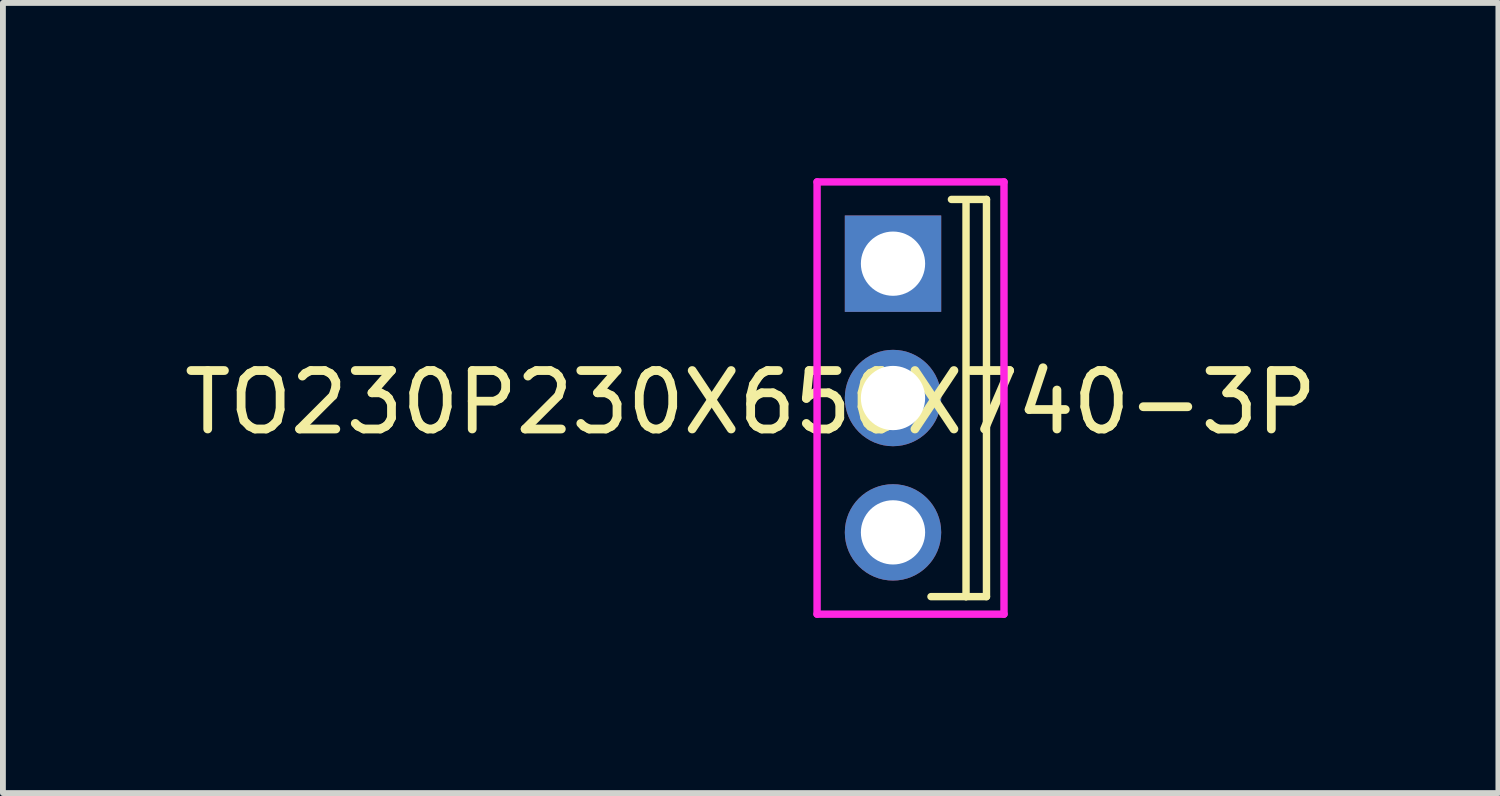
<source format=kicad_pcb>
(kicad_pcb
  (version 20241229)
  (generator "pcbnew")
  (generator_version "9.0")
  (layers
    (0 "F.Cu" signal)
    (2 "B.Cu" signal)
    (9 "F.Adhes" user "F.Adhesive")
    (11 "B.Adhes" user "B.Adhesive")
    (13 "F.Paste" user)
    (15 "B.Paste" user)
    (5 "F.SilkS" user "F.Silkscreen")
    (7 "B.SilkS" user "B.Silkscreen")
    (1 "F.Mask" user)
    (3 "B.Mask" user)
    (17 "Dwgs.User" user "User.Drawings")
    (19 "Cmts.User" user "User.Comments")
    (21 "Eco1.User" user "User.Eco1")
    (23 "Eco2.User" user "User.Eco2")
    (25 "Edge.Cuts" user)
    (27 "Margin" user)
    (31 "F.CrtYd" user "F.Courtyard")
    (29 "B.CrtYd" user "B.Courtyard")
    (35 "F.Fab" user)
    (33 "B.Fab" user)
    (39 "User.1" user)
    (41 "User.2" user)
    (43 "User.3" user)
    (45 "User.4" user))
  (footprint "TO230P230X650X740-3P"
    (layer "F.Cu")
    (at 12.238 3.764)
    (property "Reference" "TO230P230X650X740-3P" (at -2.437 0.075 180) (layer "F.SilkS") (effects (font (size 1.001 1.001) (thickness 0.15))))
    (attr through_hole)
    (fp_line (start 1.25 -3.35) (end 1.25 3.4) (stroke (width 0.127) (type solid)) (layer "F.SilkS"))
    (fp_line (start 1.25 3.4) (end 0.65 3.4) (stroke (width 0.127) (type solid)) (layer "F.SilkS"))
    (fp_line (start 1.6 -3.4) (end 1 -3.4) (stroke (width 0.127) (type solid)) (layer "F.SilkS"))
    (fp_line (start 1.6 -3.4) (end 1.6 3.4) (stroke (width 0.127) (type solid)) (layer "F.SilkS"))
    (fp_line (start 1.6 3.4) (end 1.25 3.4) (stroke (width 0.127) (type solid)) (layer "F.SilkS"))
    (fp_line (start -1.3 -3.7) (end -1.3 3.7) (stroke (width 0.127) (type solid)) (layer "F.CrtYd"))
    (fp_line (start -1.3 3.7) (end 1.9 3.7) (stroke (width 0.127) (type solid)) (layer "F.CrtYd"))
    (fp_line (start 1.9 -3.7) (end -1.3 -3.7) (stroke (width 0.127) (type solid)) (layer "F.CrtYd"))
    (fp_line (start 1.9 3.7) (end 1.9 -3.7) (stroke (width 0.127) (type solid)) (layer "F.CrtYd"))
    (pad "1" thru_hole rect (at 0 -2.3) (size 1.65 1.65) (drill 1.1) (layers "*.Cu" "*.Mask"))
    (pad "2" thru_hole circle (at 0 0) (size 1.65 1.65) (drill 1.1) (layers "*.Cu" "*.Mask"))
    (pad "3" thru_hole circle (at 0 2.3) (size 1.65 1.65) (drill 1.1) (layers "*.Cu" "*.Mask")))
  (gr_rect
    (start -3 -3)
    (end 22.602 10.527)
    (stroke (width 0.1) (type default))
    (fill no)
    (layer "Edge.Cuts")))
</source>
